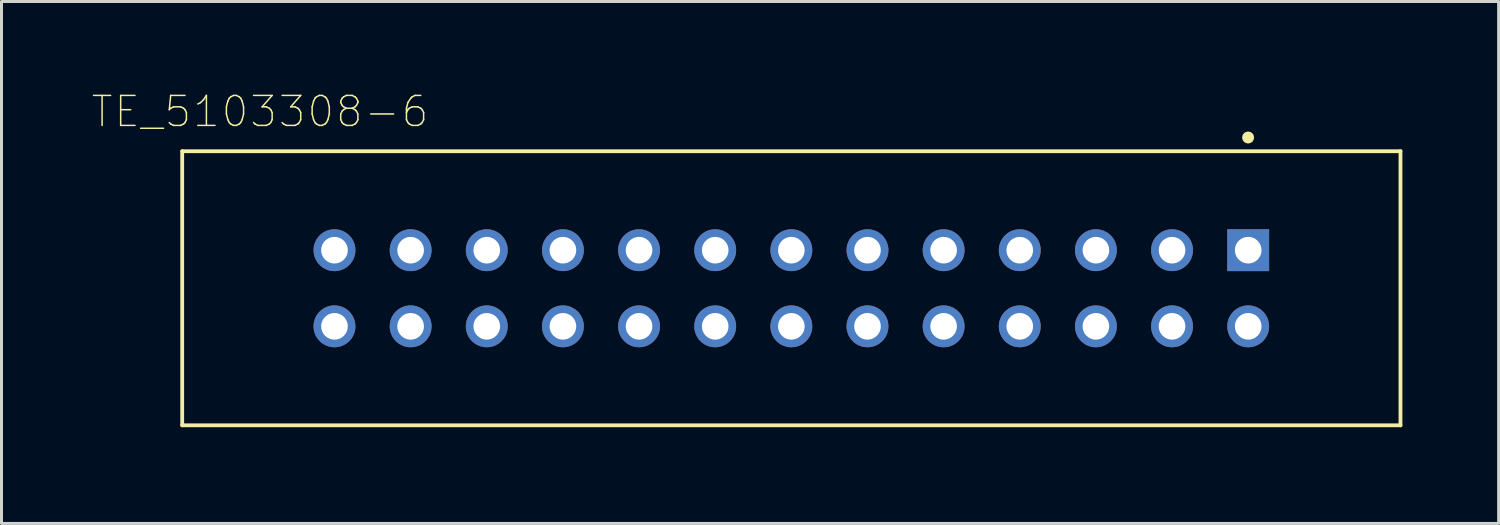
<source format=kicad_pcb>
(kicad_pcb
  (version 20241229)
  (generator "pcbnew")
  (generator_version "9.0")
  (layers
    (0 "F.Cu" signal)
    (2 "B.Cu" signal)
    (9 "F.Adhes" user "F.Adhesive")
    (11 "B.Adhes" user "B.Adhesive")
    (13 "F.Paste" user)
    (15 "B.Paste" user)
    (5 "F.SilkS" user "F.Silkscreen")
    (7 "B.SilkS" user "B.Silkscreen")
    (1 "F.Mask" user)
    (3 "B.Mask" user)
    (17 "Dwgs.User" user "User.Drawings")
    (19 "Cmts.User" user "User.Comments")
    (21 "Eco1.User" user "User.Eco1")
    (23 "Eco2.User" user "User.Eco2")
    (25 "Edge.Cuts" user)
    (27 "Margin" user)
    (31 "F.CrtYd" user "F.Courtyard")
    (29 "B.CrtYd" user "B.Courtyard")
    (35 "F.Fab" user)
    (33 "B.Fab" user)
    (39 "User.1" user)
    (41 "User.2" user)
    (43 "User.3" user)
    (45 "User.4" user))
  (footprint "TE_5103308-6"
    (layer "F.Cu")
    (at 38.588 5.296)
    (property "Reference" "TE_5103308-6" (at -32.965 -4.623 0) (layer "F.SilkS") (effects (font (size 1.001 1.001) (thickness 0.05))))
    (attr through_hole)
    (fp_line (start -35.56 -3.302) (end -35.56 5.842) (stroke (width 0.127) (type solid)) (layer "F.SilkS"))
    (fp_line (start -35.56 5.842) (end 5.08 5.842) (stroke (width 0.127) (type solid)) (layer "F.SilkS"))
    (fp_line (start 5.08 -3.302) (end -35.56 -3.302) (stroke (width 0.127) (type solid)) (layer "F.SilkS"))
    (fp_line (start 5.08 5.842) (end 5.08 -3.302) (stroke (width 0.127) (type solid)) (layer "F.SilkS"))
    (fp_circle (center -0.003 -3.759) (end 0.097 -3.759) (stroke (width 0.2) (type solid)) (fill no) (layer "F.SilkS"))
    (fp_line (start -35.81 -3.55) (end 5.33 -3.55) (stroke (width 0.05) (type solid)) (layer "Eco1.User"))
    (fp_line (start -35.81 6.09) (end -35.81 -3.55) (stroke (width 0.05) (type solid)) (layer "Eco1.User"))
    (fp_line (start 5.33 -3.55) (end 5.33 6.09) (stroke (width 0.05) (type solid)) (layer "Eco1.User"))
    (fp_line (start 5.33 6.09) (end -35.81 6.09) (stroke (width 0.05) (type solid)) (layer "Eco1.User"))
    (fp_line (start -35.56 -3.302) (end -35.56 5.842) (stroke (width 0.127) (type solid)) (layer "Eco2.User"))
    (fp_line (start -35.56 5.842) (end 5.08 5.842) (stroke (width 0.127) (type solid)) (layer "Eco2.User"))
    (fp_line (start 5.08 -3.302) (end -35.56 -3.302) (stroke (width 0.127) (type solid)) (layer "Eco2.User"))
    (fp_line (start 5.08 5.842) (end 5.08 -3.302) (stroke (width 0.127) (type solid)) (layer "Eco2.User"))
    (pad "1" thru_hole rect (at 0 0 180) (size 1.397 1.397) (drill 0.889) (layers "*.Cu" "*.Mask"))
    (pad "2" thru_hole circle (at 0 2.54 180) (size 1.397 1.397) (drill 0.889) (layers "*.Cu" "*.Mask"))
    (pad "3" thru_hole circle (at -2.54 0 180) (size 1.397 1.397) (drill 0.889) (layers "*.Cu" "*.Mask"))
    (pad "4" thru_hole circle (at -2.54 2.54 180) (size 1.397 1.397) (drill 0.889) (layers "*.Cu" "*.Mask"))
    (pad "5" thru_hole circle (at -5.08 0 180) (size 1.397 1.397) (drill 0.889) (layers "*.Cu" "*.Mask"))
    (pad "6" thru_hole circle (at -5.08 2.54 180) (size 1.397 1.397) (drill 0.889) (layers "*.Cu" "*.Mask"))
    (pad "7" thru_hole circle (at -7.62 0 180) (size 1.397 1.397) (drill 0.889) (layers "*.Cu" "*.Mask"))
    (pad "8" thru_hole circle (at -7.62 2.54 180) (size 1.397 1.397) (drill 0.889) (layers "*.Cu" "*.Mask"))
    (pad "9" thru_hole circle (at -10.16 0 180) (size 1.397 1.397) (drill 0.889) (layers "*.Cu" "*.Mask"))
    (pad "10" thru_hole circle (at -10.16 2.54 180) (size 1.397 1.397) (drill 0.889) (layers "*.Cu" "*.Mask"))
    (pad "11" thru_hole circle (at -12.7 0 180) (size 1.397 1.397) (drill 0.889) (layers "*.Cu" "*.Mask"))
    (pad "12" thru_hole circle (at -12.7 2.54 180) (size 1.397 1.397) (drill 0.889) (layers "*.Cu" "*.Mask"))
    (pad "13" thru_hole circle (at -15.24 0 180) (size 1.397 1.397) (drill 0.889) (layers "*.Cu" "*.Mask"))
    (pad "14" thru_hole circle (at -15.24 2.54 180) (size 1.397 1.397) (drill 0.889) (layers "*.Cu" "*.Mask"))
    (pad "15" thru_hole circle (at -17.78 0 180) (size 1.397 1.397) (drill 0.889) (layers "*.Cu" "*.Mask"))
    (pad "16" thru_hole circle (at -17.78 2.54 180) (size 1.397 1.397) (drill 0.889) (layers "*.Cu" "*.Mask"))
    (pad "17" thru_hole circle (at -20.32 0 180) (size 1.397 1.397) (drill 0.889) (layers "*.Cu" "*.Mask"))
    (pad "18" thru_hole circle (at -20.32 2.54 180) (size 1.397 1.397) (drill 0.889) (layers "*.Cu" "*.Mask"))
    (pad "19" thru_hole circle (at -22.86 0 180) (size 1.397 1.397) (drill 0.889) (layers "*.Cu" "*.Mask"))
    (pad "20" thru_hole circle (at -22.86 2.54 180) (size 1.397 1.397) (drill 0.889) (layers "*.Cu" "*.Mask"))
    (pad "21" thru_hole circle (at -25.4 0 180) (size 1.397 1.397) (drill 0.889) (layers "*.Cu" "*.Mask"))
    (pad "22" thru_hole circle (at -25.4 2.54 180) (size 1.397 1.397) (drill 0.889) (layers "*.Cu" "*.Mask"))
    (pad "23" thru_hole circle (at -27.94 0 180) (size 1.397 1.397) (drill 0.889) (layers "*.Cu" "*.Mask"))
    (pad "24" thru_hole circle (at -27.94 2.54 180) (size 1.397 1.397) (drill 0.889) (layers "*.Cu" "*.Mask"))
    (pad "25" thru_hole circle (at -30.48 0 180) (size 1.397 1.397) (drill 0.889) (layers "*.Cu" "*.Mask"))
    (pad "26" thru_hole circle (at -30.48 2.54 180) (size 1.397 1.397) (drill 0.889) (layers "*.Cu" "*.Mask")))
  (gr_rect
    (start -3 -3)
    (end 46.943 14.411)
    (stroke (width 0.1) (type default))
    (fill no)
    (layer "Edge.Cuts")))
</source>
